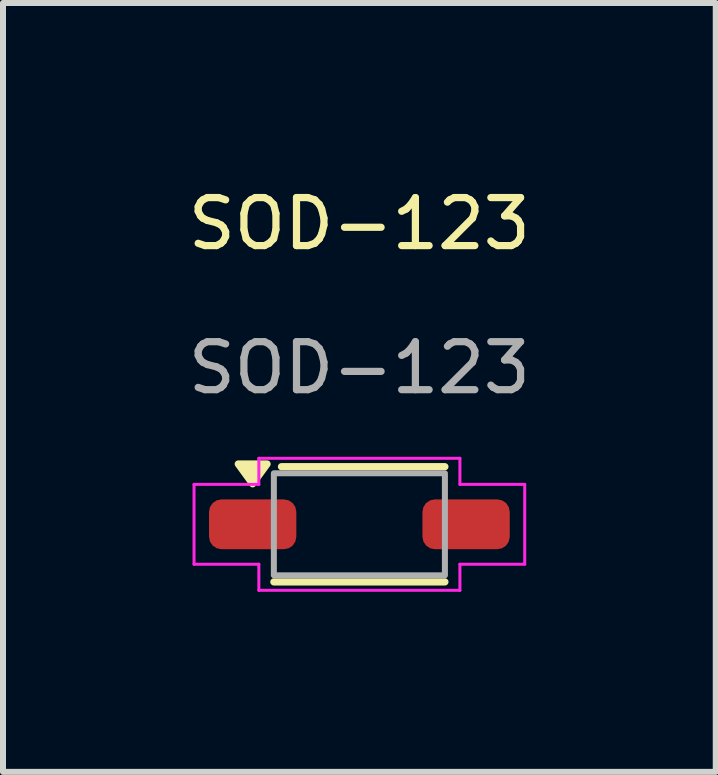
<source format=kicad_pcb>
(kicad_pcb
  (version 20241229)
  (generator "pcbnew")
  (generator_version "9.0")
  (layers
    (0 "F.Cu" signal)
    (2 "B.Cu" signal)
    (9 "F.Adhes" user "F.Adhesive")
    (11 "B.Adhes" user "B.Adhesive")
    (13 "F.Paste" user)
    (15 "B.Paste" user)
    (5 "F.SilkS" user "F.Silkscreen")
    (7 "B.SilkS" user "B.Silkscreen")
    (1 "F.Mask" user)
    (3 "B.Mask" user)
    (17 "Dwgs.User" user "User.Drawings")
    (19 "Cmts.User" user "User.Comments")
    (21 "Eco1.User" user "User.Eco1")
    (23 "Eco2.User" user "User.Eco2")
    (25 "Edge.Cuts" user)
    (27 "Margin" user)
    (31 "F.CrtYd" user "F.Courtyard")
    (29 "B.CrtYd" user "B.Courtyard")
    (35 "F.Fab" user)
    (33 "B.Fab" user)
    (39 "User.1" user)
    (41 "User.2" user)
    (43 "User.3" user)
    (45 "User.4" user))
  (footprint "SOD-123"
    (layer "F.Cu")
    (at 2.938 5.686)
    (property "Reference" "SOD-123" (at 0 -5.008 0) (unlocked yes) (layer "F.SilkS") (effects (font (size 0.8 0.8) (thickness 0.12))))
    (attr smd)
    (fp_line (start -1.425 0.96) (end 1.425 0.96) (stroke (width 0.12) (type default)) (layer "F.SilkS"))
    (fp_line (start 1.425 -0.96) (end -1.298 -0.96) (stroke (width 0.12) (type default)) (layer "F.SilkS"))
    (fp_poly (pts (xy -1.778 -0.675) (xy -1.538 -1.005) (xy -2.018 -1.005)) (stroke (width 0.12) (type solid)) (fill yes) (layer "F.SilkS"))
    (fp_line (start -2.755 -0.665) (end -2.755 0.665) (stroke (width 0.05) (type default)) (layer "F.CrtYd"))
    (fp_line (start -2.755 -0.665) (end -1.675 -0.665) (stroke (width 0.05) (type default)) (layer "F.CrtYd"))
    (fp_line (start -2.755 0.665) (end -1.675 0.665) (stroke (width 0.05) (type default)) (layer "F.CrtYd"))
    (fp_line (start -1.675 -0.665) (end -1.675 -1.1) (stroke (width 0.05) (type default)) (layer "F.CrtYd"))
    (fp_line (start -1.675 1.1) (end -1.675 0.665) (stroke (width 0.05) (type default)) (layer "F.CrtYd"))
    (fp_line (start 1.675 -1.1) (end -1.675 -1.1) (stroke (width 0.05) (type default)) (layer "F.CrtYd"))
    (fp_line (start 1.675 -0.665) (end 1.675 -1.1) (stroke (width 0.05) (type default)) (layer "F.CrtYd"))
    (fp_line (start 1.675 -0.665) (end 2.755 -0.665) (stroke (width 0.05) (type default)) (layer "F.CrtYd"))
    (fp_line (start 1.675 0.665) (end 2.755 0.665) (stroke (width 0.05) (type default)) (layer "F.CrtYd"))
    (fp_line (start 1.675 1.1) (end -1.675 1.1) (stroke (width 0.05) (type default)) (layer "F.CrtYd"))
    (fp_line (start 1.675 1.1) (end 1.675 0.665) (stroke (width 0.05) (type default)) (layer "F.CrtYd"))
    (fp_line (start 2.755 -0.665) (end 2.755 0.665) (stroke (width 0.05) (type default)) (layer "F.CrtYd"))
    (fp_rect (start -1.425 -0.85) (end 1.425 0.85) (stroke (width 0.1) (type default)) (fill no) (layer "F.Fab"))
    (fp_text user "${REFERENCE}" (at 0 -2.607 0) (unlocked yes) (layer "F.Fab") (effects (font (size 0.8 0.8) (thickness 0.12))))
    (pad "1" smd roundrect (at -1.778 0) (size 1.455 0.83) (layers "F.Cu" "F.Mask" "F.Paste") (roundrect_rratio 0.25))
    (pad "2" smd roundrect (at 1.778 0) (size 1.455 0.83) (layers "F.Cu" "F.Mask" "F.Paste") (roundrect_rratio 0.25)))
  (gr_rect
    (start -3 -3)
    (end 8.876 9.811)
    (stroke (width 0.1) (type default))
    (fill no)
    (layer "Edge.Cuts")))
</source>
